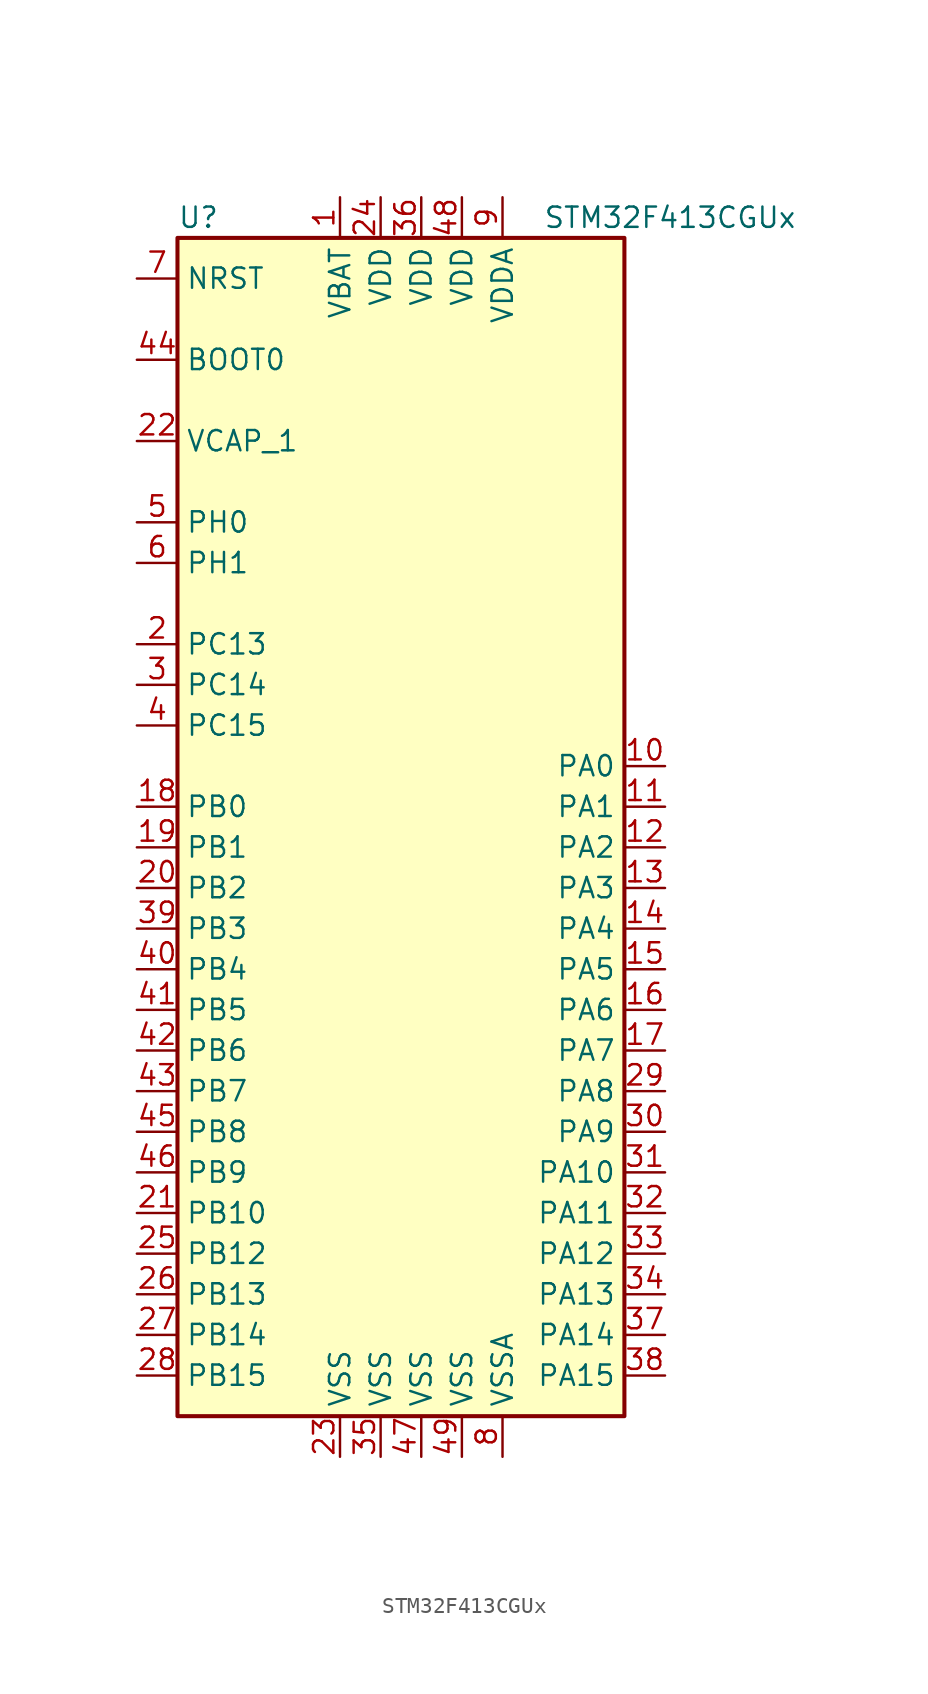
<source format=kicad_sym>
(kicad_symbol_lib
  (version 20201005)
  (generator kicad_symbol_editor)
  (symbol "STM32F413CGUx"
    (property "Reference" "U"
      (at -15.24 36.83 0)
      (effects (font (size 1.27 1.27)) (justify left)))
    (property "Value" "STM32F413CGUx"
      (at 7.62 36.83 0)
      (effects (font (size 1.27 1.27)) (justify left)))
    (symbol "STM32F413CGUx_0_1"
      (rectangle (start -15.24 -38.1) (end 12.7 35.56) (stroke (width 0.254)) (fill (type background))))
    (symbol "STM32F413CGUx_1_1"
      (pin power_in line (at -5.08 38.1 270) (length 2.54) (name "VBAT" (effects (font (size 1.27 1.27)))) (number "1" (effects (font (size 1.27 1.27)))))
      (pin bidirectional line (at 15.24 2.54 180) (length 2.54) (name "PA0" (effects (font (size 1.27 1.27)))) (number "10" (effects (font (size 1.27 1.27)))))
      (pin bidirectional line (at 15.24 0 180) (length 2.54) (name "PA1" (effects (font (size 1.27 1.27)))) (number "11" (effects (font (size 1.27 1.27)))))
      (pin bidirectional line (at 15.24 -2.54 180) (length 2.54) (name "PA2" (effects (font (size 1.27 1.27)))) (number "12" (effects (font (size 1.27 1.27)))))
      (pin bidirectional line (at 15.24 -5.08 180) (length 2.54) (name "PA3" (effects (font (size 1.27 1.27)))) (number "13" (effects (font (size 1.27 1.27)))))
      (pin bidirectional line (at 15.24 -7.62 180) (length 2.54) (name "PA4" (effects (font (size 1.27 1.27)))) (number "14" (effects (font (size 1.27 1.27)))))
      (pin bidirectional line (at 15.24 -10.16 180) (length 2.54) (name "PA5" (effects (font (size 1.27 1.27)))) (number "15" (effects (font (size 1.27 1.27)))))
      (pin bidirectional line (at 15.24 -12.7 180) (length 2.54) (name "PA6" (effects (font (size 1.27 1.27)))) (number "16" (effects (font (size 1.27 1.27)))))
      (pin bidirectional line (at 15.24 -15.24 180) (length 2.54) (name "PA7" (effects (font (size 1.27 1.27)))) (number "17" (effects (font (size 1.27 1.27)))))
      (pin bidirectional line (at -17.78 0 0) (length 2.54) (name "PB0" (effects (font (size 1.27 1.27)))) (number "18" (effects (font (size 1.27 1.27)))))
      (pin bidirectional line (at -17.78 -2.54 0) (length 2.54) (name "PB1" (effects (font (size 1.27 1.27)))) (number "19" (effects (font (size 1.27 1.27)))))
      (pin bidirectional line (at -17.78 10.16 0) (length 2.54) (name "PC13" (effects (font (size 1.27 1.27)))) (number "2" (effects (font (size 1.27 1.27)))))
      (pin bidirectional line (at -17.78 -5.08 0) (length 2.54) (name "PB2" (effects (font (size 1.27 1.27)))) (number "20" (effects (font (size 1.27 1.27)))))
      (pin bidirectional line (at -17.78 -25.4 0) (length 2.54) (name "PB10" (effects (font (size 1.27 1.27)))) (number "21" (effects (font (size 1.27 1.27)))))
      (pin power_in line (at -17.78 22.86 0) (length 2.54) (name "VCAP_1" (effects (font (size 1.27 1.27)))) (number "22" (effects (font (size 1.27 1.27)))))
      (pin power_in line (at -5.08 -40.64 90) (length 2.54) (name "VSS" (effects (font (size 1.27 1.27)))) (number "23" (effects (font (size 1.27 1.27)))))
      (pin power_in line (at -2.54 38.1 270) (length 2.54) (name "VDD" (effects (font (size 1.27 1.27)))) (number "24" (effects (font (size 1.27 1.27)))))
      (pin bidirectional line (at -17.78 -27.94 0) (length 2.54) (name "PB12" (effects (font (size 1.27 1.27)))) (number "25" (effects (font (size 1.27 1.27)))))
      (pin bidirectional line (at -17.78 -30.48 0) (length 2.54) (name "PB13" (effects (font (size 1.27 1.27)))) (number "26" (effects (font (size 1.27 1.27)))))
      (pin bidirectional line (at -17.78 -33.02 0) (length 2.54) (name "PB14" (effects (font (size 1.27 1.27)))) (number "27" (effects (font (size 1.27 1.27)))))
      (pin bidirectional line (at -17.78 -35.56 0) (length 2.54) (name "PB15" (effects (font (size 1.27 1.27)))) (number "28" (effects (font (size 1.27 1.27)))))
      (pin bidirectional line (at 15.24 -17.78 180) (length 2.54) (name "PA8" (effects (font (size 1.27 1.27)))) (number "29" (effects (font (size 1.27 1.27)))))
      (pin bidirectional line (at -17.78 7.62 0) (length 2.54) (name "PC14" (effects (font (size 1.27 1.27)))) (number "3" (effects (font (size 1.27 1.27)))))
      (pin bidirectional line (at 15.24 -20.32 180) (length 2.54) (name "PA9" (effects (font (size 1.27 1.27)))) (number "30" (effects (font (size 1.27 1.27)))))
      (pin bidirectional line (at 15.24 -22.86 180) (length 2.54) (name "PA10" (effects (font (size 1.27 1.27)))) (number "31" (effects (font (size 1.27 1.27)))))
      (pin bidirectional line (at 15.24 -25.4 180) (length 2.54) (name "PA11" (effects (font (size 1.27 1.27)))) (number "32" (effects (font (size 1.27 1.27)))))
      (pin bidirectional line (at 15.24 -27.94 180) (length 2.54) (name "PA12" (effects (font (size 1.27 1.27)))) (number "33" (effects (font (size 1.27 1.27)))))
      (pin bidirectional line (at 15.24 -30.48 180) (length 2.54) (name "PA13" (effects (font (size 1.27 1.27)))) (number "34" (effects (font (size 1.27 1.27)))))
      (pin power_in line (at -2.54 -40.64 90) (length 2.54) (name "VSS" (effects (font (size 1.27 1.27)))) (number "35" (effects (font (size 1.27 1.27)))))
      (pin power_in line (at 0 38.1 270) (length 2.54) (name "VDD" (effects (font (size 1.27 1.27)))) (number "36" (effects (font (size 1.27 1.27)))))
      (pin bidirectional line (at 15.24 -33.02 180) (length 2.54) (name "PA14" (effects (font (size 1.27 1.27)))) (number "37" (effects (font (size 1.27 1.27)))))
      (pin bidirectional line (at 15.24 -35.56 180) (length 2.54) (name "PA15" (effects (font (size 1.27 1.27)))) (number "38" (effects (font (size 1.27 1.27)))))
      (pin bidirectional line (at -17.78 -7.62 0) (length 2.54) (name "PB3" (effects (font (size 1.27 1.27)))) (number "39" (effects (font (size 1.27 1.27)))))
      (pin bidirectional line (at -17.78 5.08 0) (length 2.54) (name "PC15" (effects (font (size 1.27 1.27)))) (number "4" (effects (font (size 1.27 1.27)))))
      (pin bidirectional line (at -17.78 -10.16 0) (length 2.54) (name "PB4" (effects (font (size 1.27 1.27)))) (number "40" (effects (font (size 1.27 1.27)))))
      (pin bidirectional line (at -17.78 -12.7 0) (length 2.54) (name "PB5" (effects (font (size 1.27 1.27)))) (number "41" (effects (font (size 1.27 1.27)))))
      (pin bidirectional line (at -17.78 -15.24 0) (length 2.54) (name "PB6" (effects (font (size 1.27 1.27)))) (number "42" (effects (font (size 1.27 1.27)))))
      (pin bidirectional line (at -17.78 -17.78 0) (length 2.54) (name "PB7" (effects (font (size 1.27 1.27)))) (number "43" (effects (font (size 1.27 1.27)))))
      (pin input line (at -17.78 27.94 0) (length 2.54) (name "BOOT0" (effects (font (size 1.27 1.27)))) (number "44" (effects (font (size 1.27 1.27)))))
      (pin bidirectional line (at -17.78 -20.32 0) (length 2.54) (name "PB8" (effects (font (size 1.27 1.27)))) (number "45" (effects (font (size 1.27 1.27)))))
      (pin bidirectional line (at -17.78 -22.86 0) (length 2.54) (name "PB9" (effects (font (size 1.27 1.27)))) (number "46" (effects (font (size 1.27 1.27)))))
      (pin power_in line (at 0 -40.64 90) (length 2.54) (name "VSS" (effects (font (size 1.27 1.27)))) (number "47" (effects (font (size 1.27 1.27)))))
      (pin power_in line (at 2.54 38.1 270) (length 2.54) (name "VDD" (effects (font (size 1.27 1.27)))) (number "48" (effects (font (size 1.27 1.27)))))
      (pin power_in line (at 2.54 -40.64 90) (length 2.54) (name "VSS" (effects (font (size 1.27 1.27)))) (number "49" (effects (font (size 1.27 1.27)))))
      (pin input line (at -17.78 17.78 0) (length 2.54) (name "PH0" (effects (font (size 1.27 1.27)))) (number "5" (effects (font (size 1.27 1.27)))))
      (pin input line (at -17.78 15.24 0) (length 2.54) (name "PH1" (effects (font (size 1.27 1.27)))) (number "6" (effects (font (size 1.27 1.27)))))
      (pin input line (at -17.78 33.02 0) (length 2.54) (name "NRST" (effects (font (size 1.27 1.27)))) (number "7" (effects (font (size 1.27 1.27)))))
      (pin power_in line (at 5.08 -40.64 90) (length 2.54) (name "VSSA" (effects (font (size 1.27 1.27)))) (number "8" (effects (font (size 1.27 1.27)))))
      (pin power_in line (at 5.08 38.1 270) (length 2.54) (name "VDDA" (effects (font (size 1.27 1.27)))) (number "9" (effects (font (size 1.27 1.27))))))))
</source>
